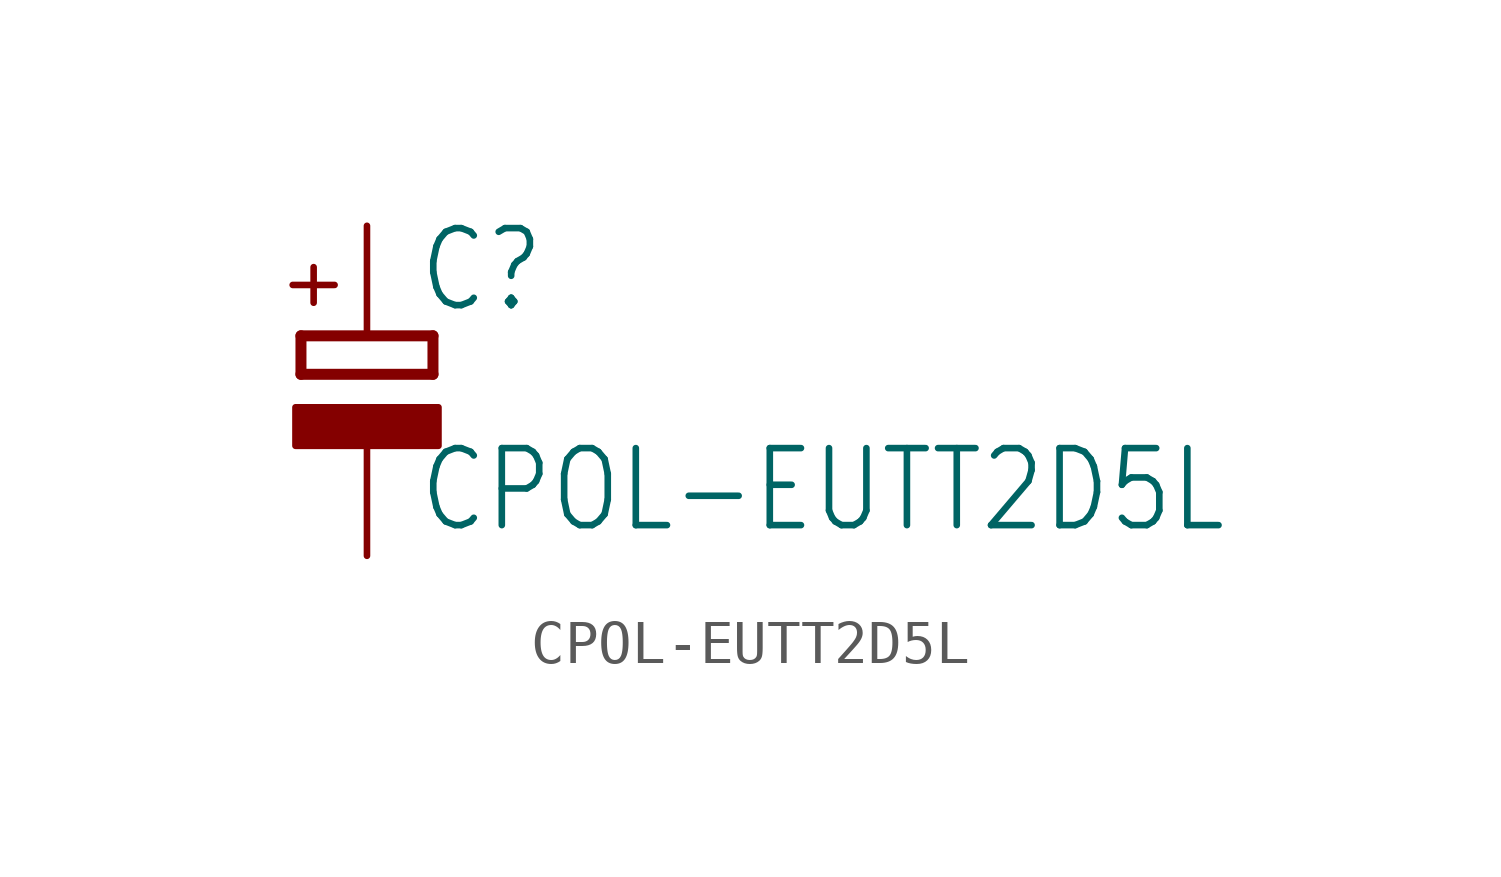
<source format=kicad_sym>
(kicad_symbol_lib
  (version 20220914)
  (generator kicad_symbol_editor)
  (symbol "CPOL-EUTT2D5L"
    (property "Reference" "C"
      (at 1.143 0.483 0)
      (effects (font (size 1.778 1.511)) (justify left bottom)))
    (property "Value" "CPOL-EUTT2D5L"
      (at 1.143 -4.597 0)
      (effects (font (size 1.778 1.511)) (justify left bottom)))
    (property "ki_locked" ""
      (at 0 0 0)
      (effects (font (size 1.27 1.27))))
    (symbol "CPOL-EUTT2D5L_1_0"
      (rectangle (start -1.651 -2.54) (end 1.651 -1.651) (stroke (width 0) (type default)) (fill (type outline)))
      (polyline (pts (xy -1.524 -0.889) (xy 1.524 -0.889)) (stroke (width 0.254) (type default)) (fill (type none)))
      (polyline (pts (xy -1.524 0) (xy -1.524 -0.889)) (stroke (width 0.254) (type default)) (fill (type none)))
      (polyline (pts (xy -1.524 0) (xy 1.524 0)) (stroke (width 0.254) (type default)) (fill (type none)))
      (polyline (pts (xy 1.524 -0.889) (xy 1.524 0)) (stroke (width 0.254) (type default)) (fill (type none)))
      (text "+" (at -0.584 0.406 900) (effects (font (size 1.27 1.079)) (justify left bottom)))
      (pin passive line (at 0 2.54 270) (length 2.54) (name "+" (effects (font (size 0 0)))) (number "+" (effects (font (size 0 0)))))
      (pin passive line (at 0 -5.08 90) (length 2.54) (name "-" (effects (font (size 0 0)))) (number "-" (effects (font (size 0 0))))))))
</source>
